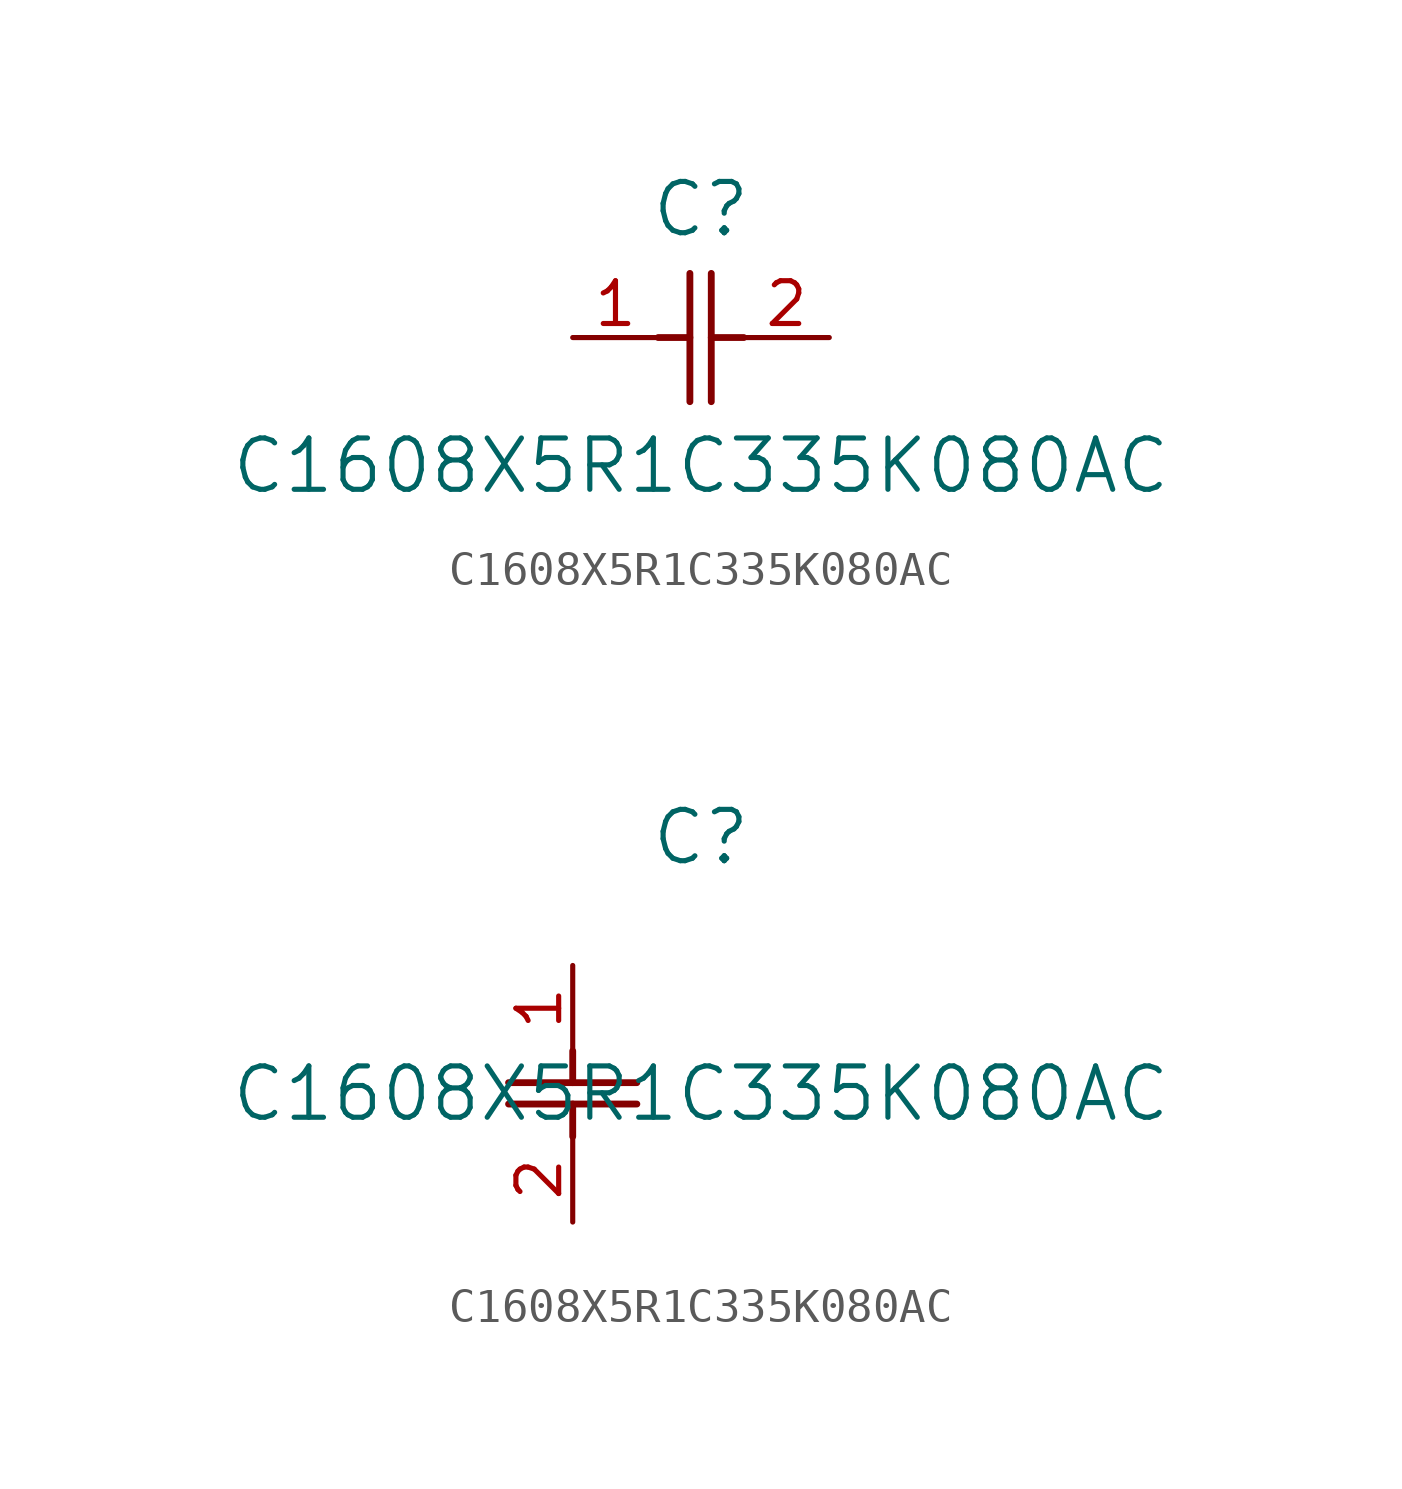
<source format=kicad_sym>
(kicad_symbol_lib
  (version 20211014)
  (generator kicad_symbol_editor)
  (symbol "C1608X5R1C335K080AC"
    (pin_names
      (offset 0.254))
    (property "Reference" "C"
      (at 3.81 3.81 0)
      (effects (font (size 1.524 1.524))))
    (property "Value" "C1608X5R1C335K080AC"
      (at 3.81 -3.81 0)
      (effects (font (size 1.524 1.524))))
    (symbol "C1608X5R1C335K080AC_1_1"
      (polyline (pts (xy 3.48 -1.905) (xy 3.48 1.905)) (stroke (width 0.203) (type default) (color 0 0 0 0)) (fill (type none)))
      (polyline (pts (xy 4.115 -1.905) (xy 4.115 1.905)) (stroke (width 0.203) (type default) (color 0 0 0 0)) (fill (type none)))
      (polyline (pts (xy 4.115 0) (xy 5.08 0)) (stroke (width 0.203) (type default) (color 0 0 0 0)) (fill (type none)))
      (polyline (pts (xy 2.54 0) (xy 3.48 0)) (stroke (width 0.203) (type default) (color 0 0 0 0)) (fill (type none)))
      (pin unspecified line (at 0 0 0) (length 2.54) (name "" (effects (font (size 1.27 1.27)))) (number "1" (effects (font (size 1.27 1.27)))))
      (pin unspecified line (at 7.62 0 180) (length 2.54) (name "" (effects (font (size 1.27 1.27)))) (number "2" (effects (font (size 1.27 1.27))))))
    (symbol "C1608X5R1C335K080AC_1_2"
      (polyline (pts (xy -1.905 -3.48) (xy 1.905 -3.48)) (stroke (width 0.203) (type default) (color 0 0 0 0)) (fill (type none)))
      (polyline (pts (xy -1.905 -4.115) (xy 1.905 -4.115)) (stroke (width 0.203) (type default) (color 0 0 0 0)) (fill (type none)))
      (polyline (pts (xy 0 -4.115) (xy 0 -5.08)) (stroke (width 0.203) (type default) (color 0 0 0 0)) (fill (type none)))
      (polyline (pts (xy 0 -2.54) (xy 0 -3.48)) (stroke (width 0.203) (type default) (color 0 0 0 0)) (fill (type none)))
      (pin unspecified line (at 0 0 270) (length 2.54) (name "" (effects (font (size 1.27 1.27)))) (number "1" (effects (font (size 1.27 1.27)))))
      (pin unspecified line (at 0 -7.62 90) (length 2.54) (name "" (effects (font (size 1.27 1.27)))) (number "2" (effects (font (size 1.27 1.27))))))))
</source>
